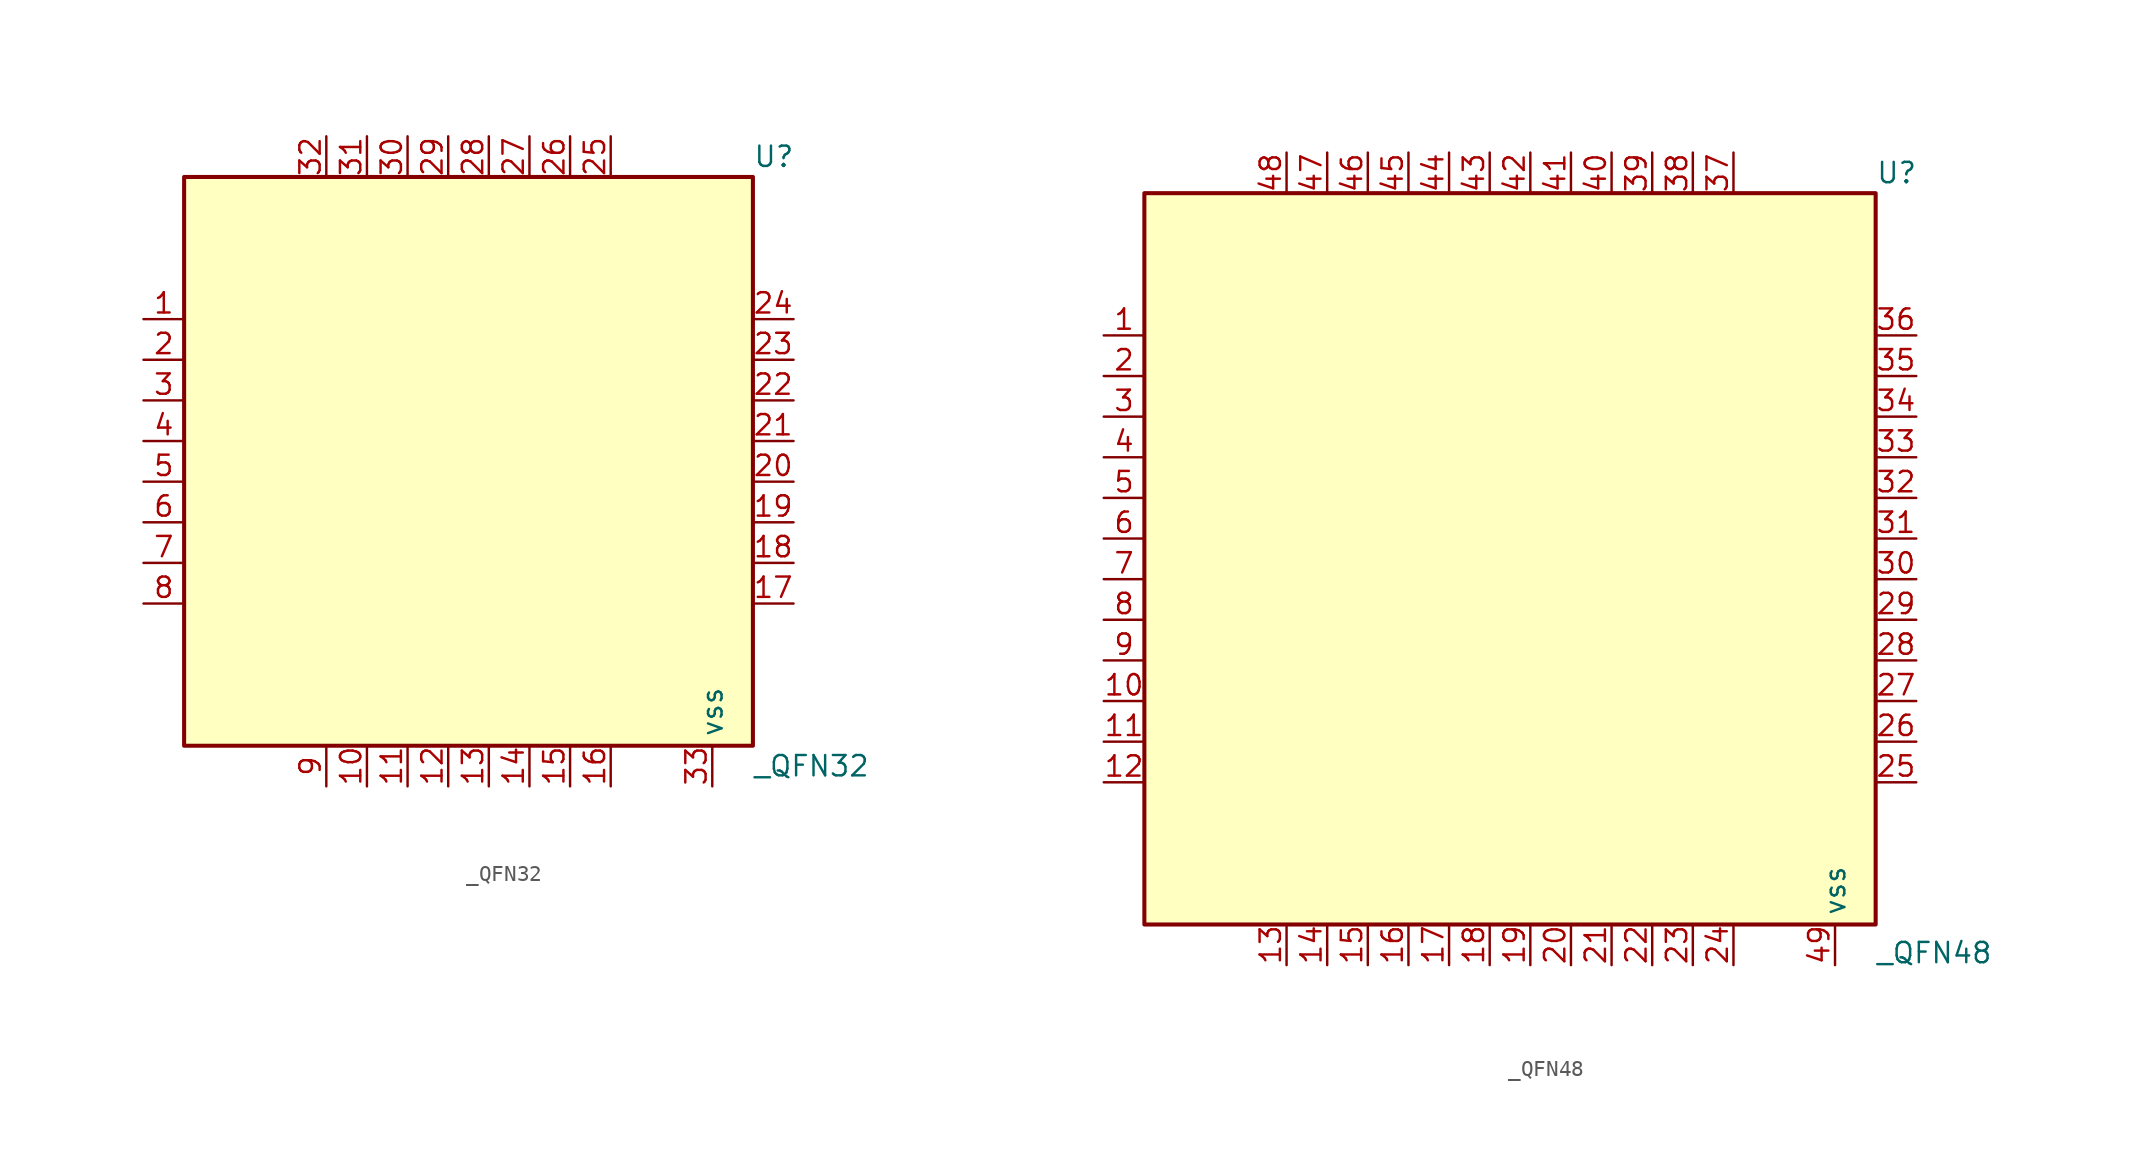
<source format=kicad_sym>
(kicad_symbol_lib
  (version 20241209)
  (generator "kicad_symbol_editor")
  (generator_version "9.0")
  (symbol "_QFN32"
    (property "Reference" "U"
      (at 17.78 19.05 0)
      (effects (font (size 1.27 1.27)) (justify left)))
    (property "Value" "_QFN32"
      (at 17.78 -19.05 0)
      (effects (font (size 1.27 1.27)) (justify left)))
    (symbol "_QFN32_0_0"
      (pin unspecified line (at -20.32 8.89 0) (length 2.54) (name "" (effects (font (size 1.27 1.27)))) (number "1" (effects (font (size 1.27 1.27)))))
      (pin unspecified line (at -20.32 6.35 0) (length 2.54) (name "" (effects (font (size 1.27 1.27)))) (number "2" (effects (font (size 1.27 1.27)))))
      (pin unspecified line (at -20.32 3.81 0) (length 2.54) (name "" (effects (font (size 1.27 1.27)))) (number "3" (effects (font (size 1.27 1.27)))))
      (pin unspecified line (at -20.32 1.27 0) (length 2.54) (name "" (effects (font (size 1.27 1.27)))) (number "4" (effects (font (size 1.27 1.27)))))
      (pin unspecified line (at -20.32 -1.27 0) (length 2.54) (name "" (effects (font (size 1.27 1.27)))) (number "5" (effects (font (size 1.27 1.27)))))
      (pin unspecified line (at -20.32 -3.81 0) (length 2.54) (name "" (effects (font (size 1.27 1.27)))) (number "6" (effects (font (size 1.27 1.27)))))
      (pin unspecified line (at -20.32 -6.35 0) (length 2.54) (name "" (effects (font (size 1.27 1.27)))) (number "7" (effects (font (size 1.27 1.27)))))
      (pin unspecified line (at -20.32 -8.89 0) (length 2.54) (name "" (effects (font (size 1.27 1.27)))) (number "8" (effects (font (size 1.27 1.27)))))
      (pin unspecified line (at -8.89 20.32 270) (length 2.54) (name "" (effects (font (size 1.27 1.27)))) (number "32" (effects (font (size 1.27 1.27)))))
      (pin unspecified line (at -8.89 -20.32 90) (length 2.54) (name "" (effects (font (size 1.27 1.27)))) (number "9" (effects (font (size 1.27 1.27)))))
      (pin unspecified line (at -6.35 20.32 270) (length 2.54) (name "" (effects (font (size 1.27 1.27)))) (number "31" (effects (font (size 1.27 1.27)))))
      (pin unspecified line (at -6.35 -20.32 90) (length 2.54) (name "" (effects (font (size 1.27 1.27)))) (number "10" (effects (font (size 1.27 1.27)))))
      (pin unspecified line (at -3.81 20.32 270) (length 2.54) (name "" (effects (font (size 1.27 1.27)))) (number "30" (effects (font (size 1.27 1.27)))))
      (pin unspecified line (at -3.81 -20.32 90) (length 2.54) (name "" (effects (font (size 1.27 1.27)))) (number "11" (effects (font (size 1.27 1.27)))))
      (pin unspecified line (at -1.27 20.32 270) (length 2.54) (name "" (effects (font (size 1.27 1.27)))) (number "29" (effects (font (size 1.27 1.27)))))
      (pin unspecified line (at -1.27 -20.32 90) (length 2.54) (name "" (effects (font (size 1.27 1.27)))) (number "12" (effects (font (size 1.27 1.27)))))
      (pin unspecified line (at 1.27 20.32 270) (length 2.54) (name "" (effects (font (size 1.27 1.27)))) (number "28" (effects (font (size 1.27 1.27)))))
      (pin unspecified line (at 1.27 -20.32 90) (length 2.54) (name "" (effects (font (size 1.27 1.27)))) (number "13" (effects (font (size 1.27 1.27)))))
      (pin unspecified line (at 3.81 20.32 270) (length 2.54) (name "" (effects (font (size 1.27 1.27)))) (number "27" (effects (font (size 1.27 1.27)))))
      (pin unspecified line (at 3.81 -20.32 90) (length 2.54) (name "" (effects (font (size 1.27 1.27)))) (number "14" (effects (font (size 1.27 1.27)))))
      (pin unspecified line (at 6.35 20.32 270) (length 2.54) (name "" (effects (font (size 1.27 1.27)))) (number "26" (effects (font (size 1.27 1.27)))))
      (pin unspecified line (at 6.35 -20.32 90) (length 2.54) (name "" (effects (font (size 1.27 1.27)))) (number "15" (effects (font (size 1.27 1.27)))))
      (pin unspecified line (at 8.89 -20.32 90) (length 2.54) (name "" (effects (font (size 1.27 1.27)))) (number "16" (effects (font (size 1.27 1.27)))))
      (pin unspecified line (at 20.32 6.35 180) (length 2.54) (name "" (effects (font (size 1.27 1.27)))) (number "23" (effects (font (size 1.27 1.27)))))
      (pin unspecified line (at 20.32 3.81 180) (length 2.54) (name "" (effects (font (size 1.27 1.27)))) (number "22" (effects (font (size 1.27 1.27)))))
      (pin unspecified line (at 20.32 1.27 180) (length 2.54) (name "" (effects (font (size 1.27 1.27)))) (number "21" (effects (font (size 1.27 1.27)))))
      (pin unspecified line (at 20.32 -1.27 180) (length 2.54) (name "" (effects (font (size 1.27 1.27)))) (number "20" (effects (font (size 1.27 1.27)))))
      (pin unspecified line (at 20.32 -3.81 180) (length 2.54) (name "" (effects (font (size 1.27 1.27)))) (number "19" (effects (font (size 1.27 1.27)))))
      (pin unspecified line (at 20.32 -6.35 180) (length 2.54) (name "" (effects (font (size 1.27 1.27)))) (number "18" (effects (font (size 1.27 1.27)))))
      (pin unspecified line (at 20.32 -8.89 180) (length 2.54) (name "" (effects (font (size 1.27 1.27)))) (number "17" (effects (font (size 1.27 1.27))))))
    (symbol "_QFN32_1_0"
      (pin unspecified line (at 8.89 20.32 270) (length 2.54) (name "" (effects (font (size 1.27 1.27)))) (number "25" (effects (font (size 1.27 1.27)))))
      (pin unspecified line (at 15.24 -20.32 90) (length 2.54) (name "vss" (effects (font (size 1.27 1.27)))) (number "33" (effects (font (size 1.27 1.27)))))
      (pin unspecified line (at 20.32 8.89 180) (length 2.54) (name "" (effects (font (size 1.27 1.27)))) (number "24" (effects (font (size 1.27 1.27))))))
    (symbol "_QFN32_1_1"
      (rectangle (start -17.78 17.78) (end 17.78 -17.78) (stroke (width 0.254) (type solid)) (fill (type background)))))
  (symbol "_QFN48"
    (property "Reference" "U"
      (at 22.86 24.13 0)
      (effects (font (size 1.27 1.27)) (justify left)))
    (property "Value" "_QFN48"
      (at 22.86 -24.638 0)
      (effects (font (size 1.27 1.27)) (justify left)))
    (symbol "_QFN48_0_0"
      (pin unspecified line (at -25.4 13.97 0) (length 2.54) (name "" (effects (font (size 1.27 1.27)))) (number "1" (effects (font (size 1.27 1.27)))))
      (pin unspecified line (at -25.4 11.43 0) (length 2.54) (name "" (effects (font (size 1.27 1.27)))) (number "2" (effects (font (size 1.27 1.27)))))
      (pin unspecified line (at -25.4 8.89 0) (length 2.54) (name "" (effects (font (size 1.27 1.27)))) (number "3" (effects (font (size 1.27 1.27)))))
      (pin unspecified line (at -25.4 6.35 0) (length 2.54) (name "" (effects (font (size 1.27 1.27)))) (number "4" (effects (font (size 1.27 1.27)))))
      (pin unspecified line (at -25.4 3.81 0) (length 2.54) (name "" (effects (font (size 1.27 1.27)))) (number "5" (effects (font (size 1.27 1.27)))))
      (pin unspecified line (at -25.4 1.27 0) (length 2.54) (name "" (effects (font (size 1.27 1.27)))) (number "6" (effects (font (size 1.27 1.27)))))
      (pin unspecified line (at -25.4 -1.27 0) (length 2.54) (name "" (effects (font (size 1.27 1.27)))) (number "7" (effects (font (size 1.27 1.27)))))
      (pin unspecified line (at -25.4 -3.81 0) (length 2.54) (name "" (effects (font (size 1.27 1.27)))) (number "8" (effects (font (size 1.27 1.27)))))
      (pin unspecified line (at -25.4 -6.35 0) (length 2.54) (name "" (effects (font (size 1.27 1.27)))) (number "9" (effects (font (size 1.27 1.27)))))
      (pin unspecified line (at -25.4 -8.89 0) (length 2.54) (name "" (effects (font (size 1.27 1.27)))) (number "10" (effects (font (size 1.27 1.27)))))
      (pin unspecified line (at -25.4 -11.43 0) (length 2.54) (name "" (effects (font (size 1.27 1.27)))) (number "11" (effects (font (size 1.27 1.27)))))
      (pin unspecified line (at -25.4 -13.97 0) (length 2.54) (name "" (effects (font (size 1.27 1.27)))) (number "12" (effects (font (size 1.27 1.27)))))
      (pin unspecified line (at -13.97 25.4 270) (length 2.54) (name "" (effects (font (size 1.27 1.27)))) (number "48" (effects (font (size 1.27 1.27)))))
      (pin unspecified line (at -13.97 -25.4 90) (length 2.54) (name "" (effects (font (size 1.27 1.27)))) (number "13" (effects (font (size 1.27 1.27)))))
      (pin unspecified line (at -11.43 25.4 270) (length 2.54) (name "" (effects (font (size 1.27 1.27)))) (number "47" (effects (font (size 1.27 1.27)))))
      (pin unspecified line (at -11.43 -25.4 90) (length 2.54) (name "" (effects (font (size 1.27 1.27)))) (number "14" (effects (font (size 1.27 1.27)))))
      (pin unspecified line (at -8.89 25.4 270) (length 2.54) (name "" (effects (font (size 1.27 1.27)))) (number "46" (effects (font (size 1.27 1.27)))))
      (pin unspecified line (at -8.89 -25.4 90) (length 2.54) (name "" (effects (font (size 1.27 1.27)))) (number "15" (effects (font (size 1.27 1.27)))))
      (pin unspecified line (at -6.35 25.4 270) (length 2.54) (name "" (effects (font (size 1.27 1.27)))) (number "45" (effects (font (size 1.27 1.27)))))
      (pin unspecified line (at -6.35 -25.4 90) (length 2.54) (name "" (effects (font (size 1.27 1.27)))) (number "16" (effects (font (size 1.27 1.27)))))
      (pin unspecified line (at -3.81 25.4 270) (length 2.54) (name "" (effects (font (size 1.27 1.27)))) (number "44" (effects (font (size 1.27 1.27)))))
      (pin unspecified line (at -3.81 -25.4 90) (length 2.54) (name "" (effects (font (size 1.27 1.27)))) (number "17" (effects (font (size 1.27 1.27)))))
      (pin unspecified line (at -1.27 25.4 270) (length 2.54) (name "" (effects (font (size 1.27 1.27)))) (number "43" (effects (font (size 1.27 1.27)))))
      (pin unspecified line (at -1.27 -25.4 90) (length 2.54) (name "" (effects (font (size 1.27 1.27)))) (number "18" (effects (font (size 1.27 1.27)))))
      (pin unspecified line (at 1.27 25.4 270) (length 2.54) (name "" (effects (font (size 1.27 1.27)))) (number "42" (effects (font (size 1.27 1.27)))))
      (pin unspecified line (at 1.27 -25.4 90) (length 2.54) (name "" (effects (font (size 1.27 1.27)))) (number "19" (effects (font (size 1.27 1.27)))))
      (pin unspecified line (at 3.81 -25.4 90) (length 2.54) (name "" (effects (font (size 1.27 1.27)))) (number "20" (effects (font (size 1.27 1.27)))))
      (pin unspecified line (at 6.35 -25.4 90) (length 2.54) (name "" (effects (font (size 1.27 1.27)))) (number "21" (effects (font (size 1.27 1.27)))))
      (pin unspecified line (at 8.89 25.4 270) (length 2.54) (name "" (effects (font (size 1.27 1.27)))) (number "39" (effects (font (size 1.27 1.27)))))
      (pin unspecified line (at 8.89 -25.4 90) (length 2.54) (name "" (effects (font (size 1.27 1.27)))) (number "22" (effects (font (size 1.27 1.27)))))
      (pin unspecified line (at 11.43 25.4 270) (length 2.54) (name "" (effects (font (size 1.27 1.27)))) (number "38" (effects (font (size 1.27 1.27)))))
      (pin unspecified line (at 11.43 -25.4 90) (length 2.54) (name "" (effects (font (size 1.27 1.27)))) (number "23" (effects (font (size 1.27 1.27)))))
      (pin unspecified line (at 13.97 25.4 270) (length 2.54) (name "" (effects (font (size 1.27 1.27)))) (number "37" (effects (font (size 1.27 1.27)))))
      (pin unspecified line (at 25.4 13.97 180) (length 2.54) (name "" (effects (font (size 1.27 1.27)))) (number "36" (effects (font (size 1.27 1.27)))))
      (pin unspecified line (at 25.4 11.43 180) (length 2.54) (name "" (effects (font (size 1.27 1.27)))) (number "35" (effects (font (size 1.27 1.27)))))
      (pin unspecified line (at 25.4 8.89 180) (length 2.54) (name "" (effects (font (size 1.27 1.27)))) (number "34" (effects (font (size 1.27 1.27)))))
      (pin unspecified line (at 25.4 6.35 180) (length 2.54) (name "" (effects (font (size 1.27 1.27)))) (number "33" (effects (font (size 1.27 1.27)))))
      (pin unspecified line (at 25.4 3.81 180) (length 2.54) (name "" (effects (font (size 1.27 1.27)))) (number "32" (effects (font (size 1.27 1.27)))))
      (pin unspecified line (at 25.4 1.27 180) (length 2.54) (name "" (effects (font (size 1.27 1.27)))) (number "31" (effects (font (size 1.27 1.27)))))
      (pin unspecified line (at 25.4 -1.27 180) (length 2.54) (name "" (effects (font (size 1.27 1.27)))) (number "30" (effects (font (size 1.27 1.27)))))
      (pin unspecified line (at 25.4 -3.81 180) (length 2.54) (name "" (effects (font (size 1.27 1.27)))) (number "29" (effects (font (size 1.27 1.27)))))
      (pin unspecified line (at 25.4 -6.35 180) (length 2.54) (name "" (effects (font (size 1.27 1.27)))) (number "28" (effects (font (size 1.27 1.27)))))
      (pin unspecified line (at 25.4 -8.89 180) (length 2.54) (name "" (effects (font (size 1.27 1.27)))) (number "27" (effects (font (size 1.27 1.27)))))
      (pin unspecified line (at 25.4 -11.43 180) (length 2.54) (name "" (effects (font (size 1.27 1.27)))) (number "26" (effects (font (size 1.27 1.27))))))
    (symbol "_QFN48_1_0"
      (pin unspecified line (at 3.81 25.4 270) (length 2.54) (name "" (effects (font (size 1.27 1.27)))) (number "41" (effects (font (size 1.27 1.27)))))
      (pin unspecified line (at 6.35 25.4 270) (length 2.54) (name "" (effects (font (size 1.27 1.27)))) (number "40" (effects (font (size 1.27 1.27)))))
      (pin unspecified line (at 13.97 -25.4 90) (length 2.54) (name "" (effects (font (size 1.27 1.27)))) (number "24" (effects (font (size 1.27 1.27)))))
      (pin unspecified line (at 20.32 -25.4 90) (length 2.54) (name "vss" (effects (font (size 1.27 1.27)))) (number "49" (effects (font (size 1.27 1.27)))))
      (pin unspecified line (at 25.4 -13.97 180) (length 2.54) (name "" (effects (font (size 1.27 1.27)))) (number "25" (effects (font (size 1.27 1.27))))))
    (symbol "_QFN48_1_1"
      (rectangle (start -22.86 22.86) (end 22.86 -22.86) (stroke (width 0.254) (type solid)) (fill (type background))))))
</source>
